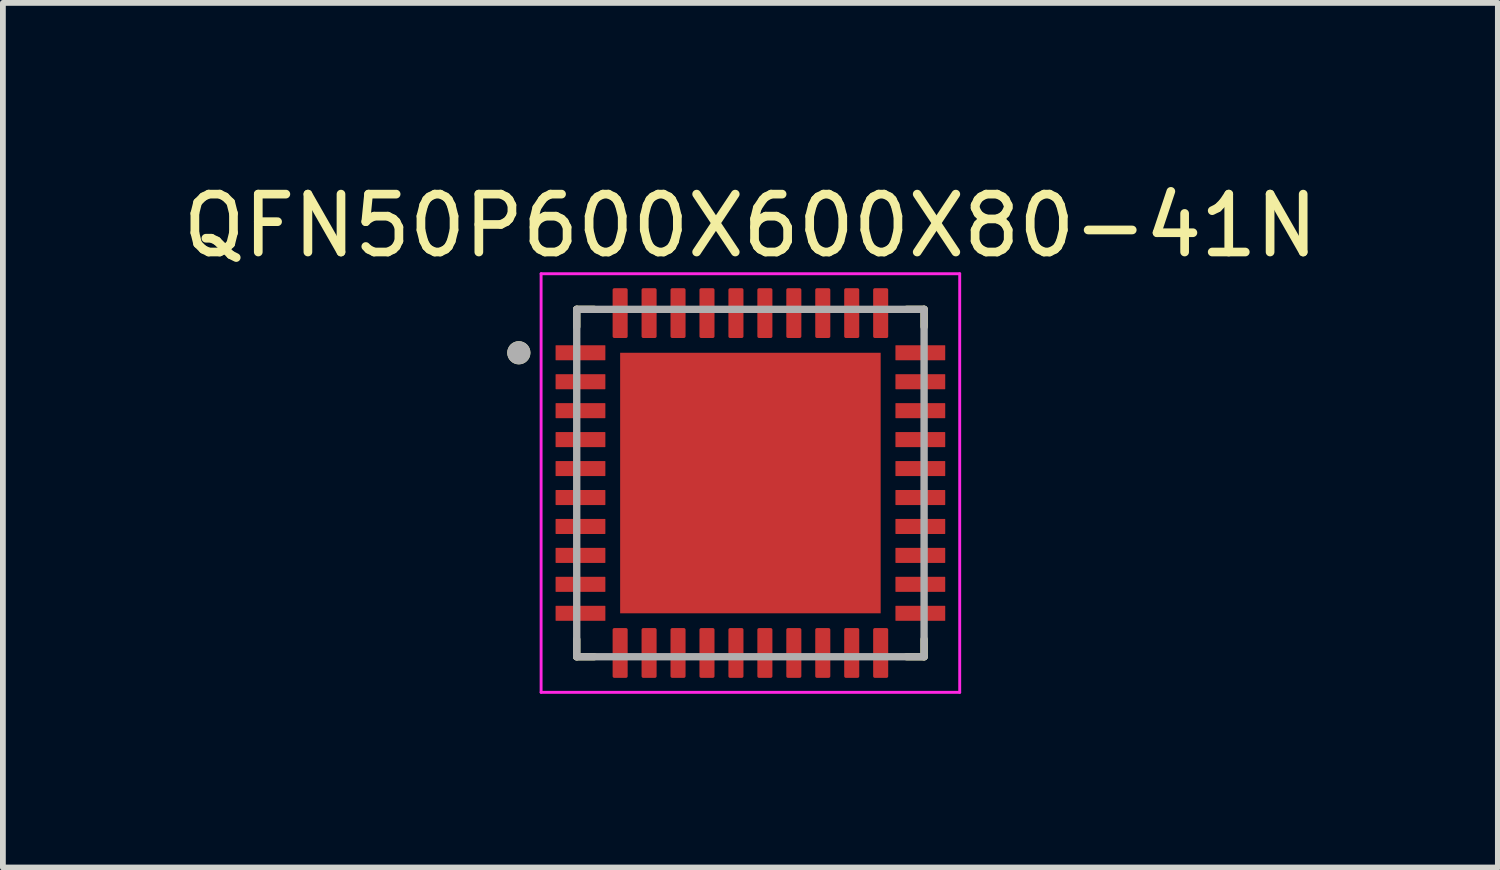
<source format=kicad_pcb>
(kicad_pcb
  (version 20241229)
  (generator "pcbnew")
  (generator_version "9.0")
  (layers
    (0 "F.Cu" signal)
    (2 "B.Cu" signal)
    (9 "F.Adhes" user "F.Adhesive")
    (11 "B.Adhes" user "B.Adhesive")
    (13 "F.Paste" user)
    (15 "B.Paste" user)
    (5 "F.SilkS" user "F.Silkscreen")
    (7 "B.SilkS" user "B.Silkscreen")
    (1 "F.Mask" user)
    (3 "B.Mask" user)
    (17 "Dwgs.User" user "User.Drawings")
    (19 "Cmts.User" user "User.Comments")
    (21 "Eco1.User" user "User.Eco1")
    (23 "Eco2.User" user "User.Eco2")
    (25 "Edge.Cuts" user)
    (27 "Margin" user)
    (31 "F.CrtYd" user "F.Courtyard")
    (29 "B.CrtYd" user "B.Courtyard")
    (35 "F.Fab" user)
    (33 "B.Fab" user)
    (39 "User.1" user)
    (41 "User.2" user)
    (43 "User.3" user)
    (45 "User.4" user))
  (footprint "QFN50P600X600X80-41N"
    (layer "F.Cu")
    (at 9.911 5.293)
    (property "Reference" "QFN50P600X600X80-41N" (at 0 -4.445 0) (layer "F.SilkS") (effects (font (size 1 1) (thickness 0.15))))
    (attr smd)
    (fp_line (start -3 -3) (end -3 -2.7) (stroke (width 0.127) (type solid)) (layer "F.SilkS"))
    (fp_line (start -3 -3) (end -2.7 -3) (stroke (width 0.127) (type solid)) (layer "F.SilkS"))
    (fp_line (start -3 3) (end -3 2.7) (stroke (width 0.127) (type solid)) (layer "F.SilkS"))
    (fp_line (start -3 3) (end -2.7 3) (stroke (width 0.127) (type solid)) (layer "F.SilkS"))
    (fp_line (start 3 -3) (end 2.7 -3) (stroke (width 0.127) (type solid)) (layer "F.SilkS"))
    (fp_line (start 3 -3) (end 3 -2.7) (stroke (width 0.127) (type solid)) (layer "F.SilkS"))
    (fp_line (start 3 3) (end 2.7 3) (stroke (width 0.127) (type solid)) (layer "F.SilkS"))
    (fp_line (start 3 3) (end 3 2.7) (stroke (width 0.127) (type solid)) (layer "F.SilkS"))
    (fp_circle (center -4 -2.25) (end -3.9 -2.25) (stroke (width 0.2) (type solid)) (fill no) (layer "F.SilkS"))
    (fp_poly (pts (xy -1.835 -1.835) (xy -0.415 -1.835) (xy -0.415 -0.415) (xy -1.835 -0.415)) (stroke (width 0.01) (type solid)) (fill yes) (layer "F.Paste"))
    (fp_poly (pts (xy -1.835 0.415) (xy -0.415 0.415) (xy -0.415 1.835) (xy -1.835 1.835)) (stroke (width 0.01) (type solid)) (fill yes) (layer "F.Paste"))
    (fp_poly (pts (xy 0.415 -1.835) (xy 1.835 -1.835) (xy 1.835 -0.415) (xy 0.415 -0.415)) (stroke (width 0.01) (type solid)) (fill yes) (layer "F.Paste"))
    (fp_poly (pts (xy 0.415 0.415) (xy 1.835 0.415) (xy 1.835 1.835) (xy 0.415 1.835)) (stroke (width 0.01) (type solid)) (fill yes) (layer "F.Paste"))
    (fp_line (start -3.615 -3.615) (end 3.615 -3.615) (stroke (width 0.05) (type solid)) (layer "F.CrtYd"))
    (fp_line (start -3.615 3.615) (end -3.615 -3.615) (stroke (width 0.05) (type solid)) (layer "F.CrtYd"))
    (fp_line (start 3.615 -3.615) (end 3.615 3.615) (stroke (width 0.05) (type solid)) (layer "F.CrtYd"))
    (fp_line (start 3.615 3.615) (end -3.615 3.615) (stroke (width 0.05) (type solid)) (layer "F.CrtYd"))
    (fp_line (start -3 -3) (end 3 -3) (stroke (width 0.127) (type solid)) (layer "F.Fab"))
    (fp_line (start -3 3) (end -3 -3) (stroke (width 0.127) (type solid)) (layer "F.Fab"))
    (fp_line (start 3 -3) (end 3 3) (stroke (width 0.127) (type solid)) (layer "F.Fab"))
    (fp_line (start 3 3) (end -3 3) (stroke (width 0.127) (type solid)) (layer "F.Fab"))
    (fp_circle (center -4 -2.25) (end -3.9 -2.25) (stroke (width 0.2) (type solid)) (fill no) (layer "F.Fab"))
    (pad "1" smd roundrect (at -2.935 -2.25) (size 0.86 0.26) (layers "F.Cu" "F.Mask" "F.Paste") (roundrect_rratio 0.03))
    (pad "2" smd roundrect (at -2.935 -1.75) (size 0.86 0.26) (layers "F.Cu" "F.Mask" "F.Paste") (roundrect_rratio 0.03))
    (pad "3" smd roundrect (at -2.935 -1.25) (size 0.86 0.26) (layers "F.Cu" "F.Mask" "F.Paste") (roundrect_rratio 0.03))
    (pad "4" smd roundrect (at -2.935 -0.75) (size 0.86 0.26) (layers "F.Cu" "F.Mask" "F.Paste") (roundrect_rratio 0.03))
    (pad "5" smd roundrect (at -2.935 -0.25) (size 0.86 0.26) (layers "F.Cu" "F.Mask" "F.Paste") (roundrect_rratio 0.03))
    (pad "6" smd roundrect (at -2.935 0.25) (size 0.86 0.26) (layers "F.Cu" "F.Mask" "F.Paste") (roundrect_rratio 0.03))
    (pad "7" smd roundrect (at -2.935 0.75) (size 0.86 0.26) (layers "F.Cu" "F.Mask" "F.Paste") (roundrect_rratio 0.03))
    (pad "8" smd roundrect (at -2.935 1.25) (size 0.86 0.26) (layers "F.Cu" "F.Mask" "F.Paste") (roundrect_rratio 0.03))
    (pad "9" smd roundrect (at -2.935 1.75) (size 0.86 0.26) (layers "F.Cu" "F.Mask" "F.Paste") (roundrect_rratio 0.03))
    (pad "10" smd roundrect (at -2.935 2.25) (size 0.86 0.26) (layers "F.Cu" "F.Mask" "F.Paste") (roundrect_rratio 0.03))
    (pad "11" smd roundrect (at -2.25 2.935) (size 0.26 0.86) (layers "F.Cu" "F.Mask" "F.Paste") (roundrect_rratio 0.11))
    (pad "12" smd roundrect (at -1.75 2.935) (size 0.26 0.86) (layers "F.Cu" "F.Mask" "F.Paste") (roundrect_rratio 0.11))
    (pad "13" smd roundrect (at -1.25 2.935) (size 0.26 0.86) (layers "F.Cu" "F.Mask" "F.Paste") (roundrect_rratio 0.11))
    (pad "14" smd roundrect (at -0.75 2.935) (size 0.26 0.86) (layers "F.Cu" "F.Mask" "F.Paste") (roundrect_rratio 0.11))
    (pad "15" smd roundrect (at -0.25 2.935) (size 0.26 0.86) (layers "F.Cu" "F.Mask" "F.Paste") (roundrect_rratio 0.11))
    (pad "16" smd roundrect (at 0.25 2.935) (size 0.26 0.86) (layers "F.Cu" "F.Mask" "F.Paste") (roundrect_rratio 0.11))
    (pad "17" smd roundrect (at 0.75 2.935) (size 0.26 0.86) (layers "F.Cu" "F.Mask" "F.Paste") (roundrect_rratio 0.11))
    (pad "18" smd roundrect (at 1.25 2.935) (size 0.26 0.86) (layers "F.Cu" "F.Mask" "F.Paste") (roundrect_rratio 0.11))
    (pad "19" smd roundrect (at 1.75 2.935) (size 0.26 0.86) (layers "F.Cu" "F.Mask" "F.Paste") (roundrect_rratio 0.11))
    (pad "20" smd roundrect (at 2.25 2.935) (size 0.26 0.86) (layers "F.Cu" "F.Mask" "F.Paste") (roundrect_rratio 0.11))
    (pad "21" smd roundrect (at 2.935 2.25) (size 0.86 0.26) (layers "F.Cu" "F.Mask" "F.Paste") (roundrect_rratio 0.03))
    (pad "22" smd roundrect (at 2.935 1.75) (size 0.86 0.26) (layers "F.Cu" "F.Mask" "F.Paste") (roundrect_rratio 0.03))
    (pad "23" smd roundrect (at 2.935 1.25) (size 0.86 0.26) (layers "F.Cu" "F.Mask" "F.Paste") (roundrect_rratio 0.03))
    (pad "24" smd roundrect (at 2.935 0.75) (size 0.86 0.26) (layers "F.Cu" "F.Mask" "F.Paste") (roundrect_rratio 0.03))
    (pad "25" smd roundrect (at 2.935 0.25) (size 0.86 0.26) (layers "F.Cu" "F.Mask" "F.Paste") (roundrect_rratio 0.03))
    (pad "26" smd roundrect (at 2.935 -0.25) (size 0.86 0.26) (layers "F.Cu" "F.Mask" "F.Paste") (roundrect_rratio 0.03))
    (pad "27" smd roundrect (at 2.935 -0.75) (size 0.86 0.26) (layers "F.Cu" "F.Mask" "F.Paste") (roundrect_rratio 0.03))
    (pad "28" smd roundrect (at 2.935 -1.25) (size 0.86 0.26) (layers "F.Cu" "F.Mask" "F.Paste") (roundrect_rratio 0.03))
    (pad "29" smd roundrect (at 2.935 -1.75) (size 0.86 0.26) (layers "F.Cu" "F.Mask" "F.Paste") (roundrect_rratio 0.03))
    (pad "30" smd roundrect (at 2.935 -2.25) (size 0.86 0.26) (layers "F.Cu" "F.Mask" "F.Paste") (roundrect_rratio 0.03))
    (pad "31" smd roundrect (at 2.25 -2.935) (size 0.26 0.86) (layers "F.Cu" "F.Mask" "F.Paste") (roundrect_rratio 0.11))
    (pad "32" smd roundrect (at 1.75 -2.935) (size 0.26 0.86) (layers "F.Cu" "F.Mask" "F.Paste") (roundrect_rratio 0.11))
    (pad "33" smd roundrect (at 1.25 -2.935) (size 0.26 0.86) (layers "F.Cu" "F.Mask" "F.Paste") (roundrect_rratio 0.11))
    (pad "34" smd roundrect (at 0.75 -2.935) (size 0.26 0.86) (layers "F.Cu" "F.Mask" "F.Paste") (roundrect_rratio 0.11))
    (pad "35" smd roundrect (at 0.25 -2.935) (size 0.26 0.86) (layers "F.Cu" "F.Mask" "F.Paste") (roundrect_rratio 0.11))
    (pad "36" smd roundrect (at -0.25 -2.935) (size 0.26 0.86) (layers "F.Cu" "F.Mask" "F.Paste") (roundrect_rratio 0.11))
    (pad "37" smd roundrect (at -0.75 -2.935) (size 0.26 0.86) (layers "F.Cu" "F.Mask" "F.Paste") (roundrect_rratio 0.11))
    (pad "38" smd roundrect (at -1.25 -2.935) (size 0.26 0.86) (layers "F.Cu" "F.Mask" "F.Paste") (roundrect_rratio 0.11))
    (pad "39" smd roundrect (at -1.75 -2.935) (size 0.26 0.86) (layers "F.Cu" "F.Mask" "F.Paste") (roundrect_rratio 0.11))
    (pad "40" smd roundrect (at -2.25 -2.935) (size 0.26 0.86) (layers "F.Cu" "F.Mask" "F.Paste") (roundrect_rratio 0.11))
    (pad "41" smd rect (at 0 0) (size 4.5 4.5) (layers "F.Cu" "F.Mask")))
  (gr_rect
    (start -3 -3)
    (end 22.821 11.933)
    (stroke (width 0.1) (type default))
    (fill no)
    (layer "Edge.Cuts")))
</source>
